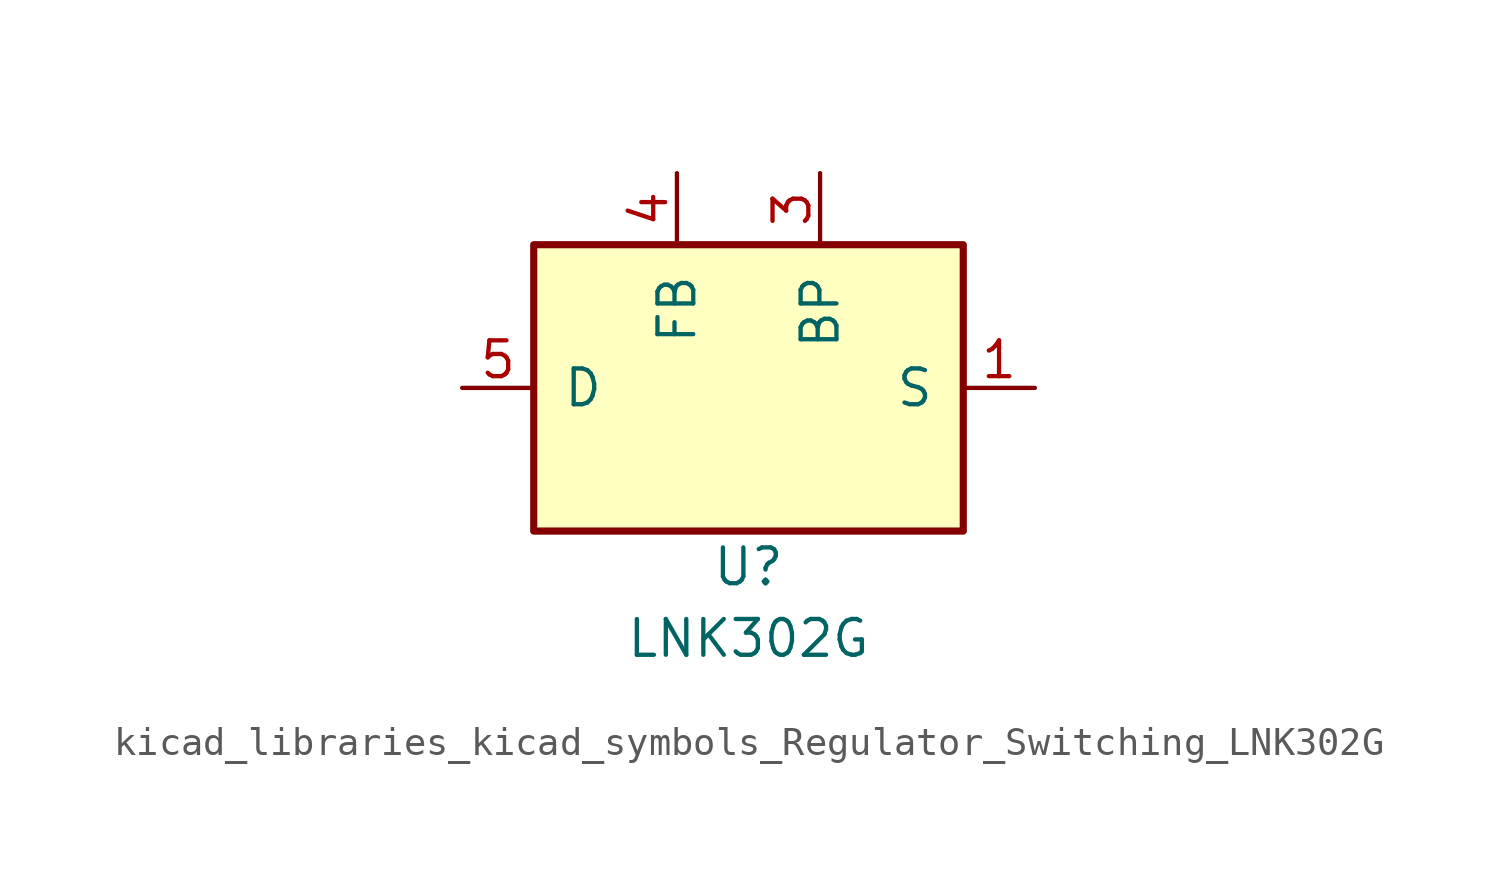
<source format=kicad_sym>
(kicad_symbol_lib
  (version 20220914)
  (generator kicad_symbol_editor)
  (symbol "kicad_libraries_kicad_symbols_Regulator_Switching_LNK302G"
    (pin_names
      (offset 1.016))
    (property "Reference" "U"
      (at 0 -6.35 0)
      (effects (font (size 1.27 1.27))))
    (property "Value" "LNK302G"
      (at 0 -8.89 0)
      (effects (font (size 1.27 1.27))))
    (symbol "kicad_libraries_kicad_symbols_Regulator_Switching_LNK302G_0_1"
      (rectangle (start -7.62 5.08) (end 7.62 -5.08) (stroke (width 0.254) (type default)) (fill (type background))))
    (symbol "kicad_libraries_kicad_symbols_Regulator_Switching_LNK302G_1_1"
      (pin power_in line (at 10.16 0 180) (length 2.54) (name "S" (effects (font (size 1.27 1.27)))) (number "1" (effects (font (size 1.27 1.27)))))
      (pin passive line (at 10.16 0 180) (length 2.54) hide (name "S" (effects (font (size 1.27 1.27)))) (number "2" (effects (font (size 1.27 1.27)))))
      (pin input line (at 2.54 7.62 270) (length 2.54) (name "BP" (effects (font (size 1.27 1.27)))) (number "3" (effects (font (size 1.27 1.27)))))
      (pin input line (at -2.54 7.62 270) (length 2.54) (name "FB" (effects (font (size 1.27 1.27)))) (number "4" (effects (font (size 1.27 1.27)))))
      (pin open_collector line (at -10.16 0 0) (length 2.54) (name "D" (effects (font (size 1.27 1.27)))) (number "5" (effects (font (size 1.27 1.27)))))
      (pin passive line (at 10.16 0 180) (length 2.54) hide (name "S" (effects (font (size 1.27 1.27)))) (number "7" (effects (font (size 1.27 1.27)))))
      (pin passive line (at 10.16 0 180) (length 2.54) hide (name "S" (effects (font (size 1.27 1.27)))) (number "8" (effects (font (size 1.27 1.27))))))))
</source>
